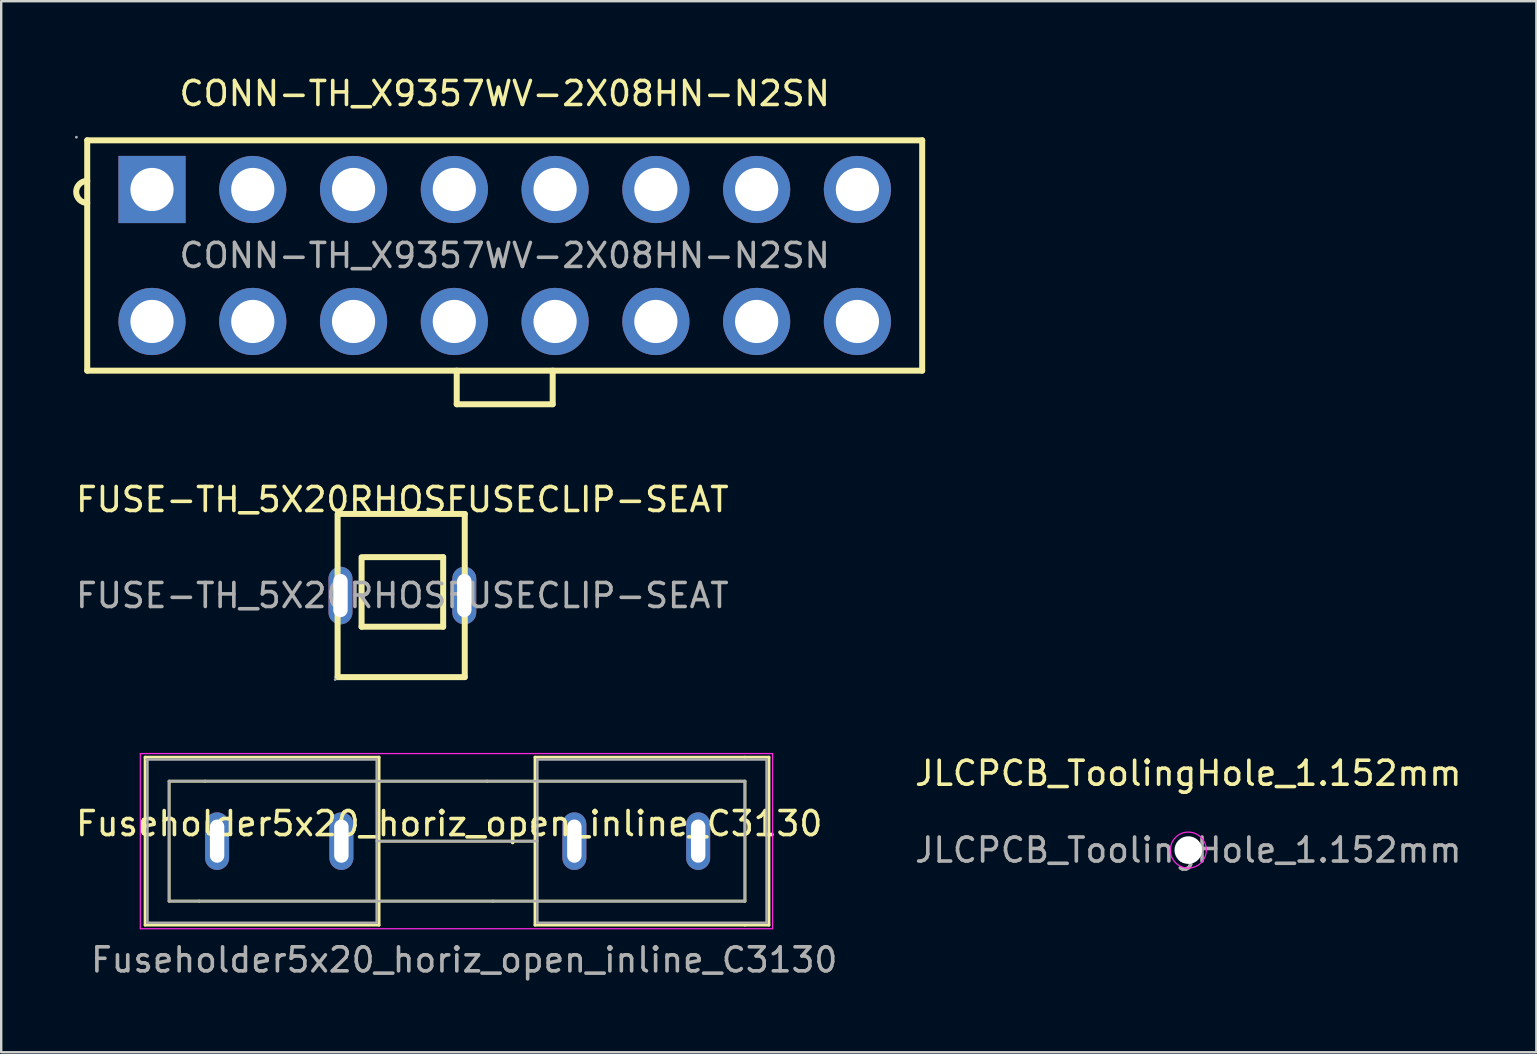
<source format=kicad_pcb>
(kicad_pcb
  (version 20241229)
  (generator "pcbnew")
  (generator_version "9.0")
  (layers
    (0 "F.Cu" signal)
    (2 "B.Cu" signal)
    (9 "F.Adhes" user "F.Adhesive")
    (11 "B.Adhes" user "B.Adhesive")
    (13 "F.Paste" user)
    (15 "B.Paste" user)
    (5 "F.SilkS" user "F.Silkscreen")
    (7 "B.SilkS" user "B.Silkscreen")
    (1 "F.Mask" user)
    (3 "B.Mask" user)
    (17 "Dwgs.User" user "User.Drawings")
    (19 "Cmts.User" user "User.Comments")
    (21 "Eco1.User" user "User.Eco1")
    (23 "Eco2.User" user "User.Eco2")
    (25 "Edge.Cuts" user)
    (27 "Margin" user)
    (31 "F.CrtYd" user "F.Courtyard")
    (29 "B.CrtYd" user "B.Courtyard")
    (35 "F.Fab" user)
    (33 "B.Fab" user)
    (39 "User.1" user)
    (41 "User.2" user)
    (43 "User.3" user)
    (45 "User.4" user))
  (footprint "JLCPCB_ToolingHole_1.152mm"
    (layer "F.Cu")
    (at 46.476 32.38)
    (property "Reference" "JLCPCB_ToolingHole_1.152mm" (at 0 -3.2 0) (layer "F.SilkS") (effects (font (size 1 1) (thickness 0.15))))
    (attr exclude_from_pos_files exclude_from_bom)
    (fp_circle (center 0 0) (end 0.75 0) (stroke (width 0.05) (type solid)) (fill no) (layer "F.CrtYd"))
    (fp_text user "${REFERENCE}" (at 0 0 0) (layer "F.Fab") (effects (font (size 1 1) (thickness 0.15))))
    (pad "" np_thru_hole circle (at 0 0) (size 1.152 1.152) (drill 1.152) (layers "*.Cu" "*.Mask")))
  (footprint "Fuseholder5x20_horiz_open_inline_C3130"
    (layer "F.Cu")
    (at 5.998 32.007)
    (property "Reference" "Fuseholder5x20_horiz_open_inline_C3130" (at 9.675 -0.73 180) (layer "F.SilkS") (effects (font (size 1 1) (thickness 0.15))))
    (attr through_hole)
    (fp_line (start -3 -3.5) (end -3 3.5) (stroke (width 0.12) (type solid)) (layer "F.SilkS"))
    (fp_line (start -2 -2.5) (end -2 2.5) (stroke (width 0.12) (type solid)) (layer "F.SilkS"))
    (fp_line (start -0.75 2.5) (end -2 2.5) (stroke (width 0.12) (type solid)) (layer "F.SilkS"))
    (fp_line (start -0.5 -2.5) (end -2 -2.5) (stroke (width 0.12) (type solid)) (layer "F.SilkS"))
    (fp_line (start 6.75 -3.5) (end -3 -3.5) (stroke (width 0.12) (type solid)) (layer "F.SilkS"))
    (fp_line (start 6.75 -3.5) (end 6.75 3.5) (stroke (width 0.12) (type solid)) (layer "F.SilkS"))
    (fp_line (start 6.75 3.5) (end -3 3.5) (stroke (width 0.12) (type solid)) (layer "F.SilkS"))
    (fp_line (start 11.25 -2.5) (end -0.5 -2.5) (stroke (width 0.12) (type solid)) (layer "F.SilkS"))
    (fp_line (start 11.5 2.5) (end -0.75 2.5) (stroke (width 0.12) (type solid)) (layer "F.SilkS"))
    (fp_line (start 13.25 -3.5) (end 13.25 3.5) (stroke (width 0.12) (type solid)) (layer "F.SilkS"))
    (fp_line (start 13.25 0) (end 6.75 0) (stroke (width 0.12) (type solid)) (layer "F.SilkS"))
    (fp_line (start 22 -3.5) (end 13.25 -3.5) (stroke (width 0.12) (type solid)) (layer "F.SilkS"))
    (fp_line (start 22 -2.5) (end 11.25 -2.5) (stroke (width 0.12) (type solid)) (layer "F.SilkS"))
    (fp_line (start 22 -2.5) (end 22 2.5) (stroke (width 0.12) (type solid)) (layer "F.SilkS"))
    (fp_line (start 22 2.5) (end 11.5 2.5) (stroke (width 0.12) (type solid)) (layer "F.SilkS"))
    (fp_line (start 22 3.5) (end 13.25 3.5) (stroke (width 0.12) (type solid)) (layer "F.SilkS"))
    (fp_line (start 23 -3.5) (end 22 -3.5) (stroke (width 0.12) (type solid)) (layer "F.SilkS"))
    (fp_line (start 23 -3.5) (end 23 3.5) (stroke (width 0.12) (type solid)) (layer "F.SilkS"))
    (fp_line (start 23 3.5) (end 22 3.5) (stroke (width 0.12) (type solid)) (layer "F.SilkS"))
    (fp_line (start -3.2 -3.65) (end -3.2 3.65) (stroke (width 0.05) (type solid)) (layer "F.CrtYd"))
    (fp_line (start -3.2 -3.65) (end 23.15 -3.65) (stroke (width 0.05) (type solid)) (layer "F.CrtYd"))
    (fp_line (start 23.15 3.65) (end -3.2 3.65) (stroke (width 0.05) (type solid)) (layer "F.CrtYd"))
    (fp_line (start 23.15 3.65) (end 23.15 -3.65) (stroke (width 0.05) (type solid)) (layer "F.CrtYd"))
    (fp_line (start -2.95 -3.4) (end 6.65 -3.4) (stroke (width 0.1) (type solid)) (layer "F.Fab"))
    (fp_line (start -2.9 3.4) (end -2.9 -3.4) (stroke (width 0.1) (type solid)) (layer "F.Fab"))
    (fp_line (start -2 -2.5) (end 22 -2.5) (stroke (width 0.1) (type solid)) (layer "F.Fab"))
    (fp_line (start -2 2.5) (end -2 -2.5) (stroke (width 0.1) (type solid)) (layer "F.Fab"))
    (fp_line (start 6.65 -3.4) (end 6.65 3.4) (stroke (width 0.1) (type solid)) (layer "F.Fab"))
    (fp_line (start 6.65 0) (end 13.35 0) (stroke (width 0.1) (type solid)) (layer "F.Fab"))
    (fp_line (start 6.65 3.4) (end -2.9 3.4) (stroke (width 0.1) (type solid)) (layer "F.Fab"))
    (fp_line (start 13.35 -3.4) (end 13.35 3.4) (stroke (width 0.1) (type solid)) (layer "F.Fab"))
    (fp_line (start 13.35 3.4) (end 22.9 3.4) (stroke (width 0.1) (type solid)) (layer "F.Fab"))
    (fp_line (start 22 -2.5) (end 22 2.5) (stroke (width 0.1) (type solid)) (layer "F.Fab"))
    (fp_line (start 22 2.5) (end -2 2.5) (stroke (width 0.1) (type solid)) (layer "F.Fab"))
    (fp_line (start 22.9 -3.4) (end 13.35 -3.4) (stroke (width 0.1) (type solid)) (layer "F.Fab"))
    (fp_line (start 22.9 3.4) (end 22.9 -3.4) (stroke (width 0.1) (type solid)) (layer "F.Fab"))
    (fp_text user "${REFERENCE}" (at 10.3 4.95 180) (layer "F.Fab") (effects (font (size 1 1) (thickness 0.15))))
    (pad "1" thru_hole oval (at 0 0 270) (size 2.4 1) (drill oval 1.799 0.6) (layers "*.Cu" "*.Mask"))
    (pad "1" thru_hole oval (at 5.18 0 270) (size 2.4 1) (drill oval 1.8 0.6) (layers "*.Cu" "*.Mask"))
    (pad "2" thru_hole oval (at 14.89 0 90) (size 2.4 1) (drill oval 1.8 0.6) (layers "*.Cu" "*.Mask"))
    (pad "2" thru_hole oval (at 20.05 0 90) (size 2.4 1) (drill oval 1.799 0.6) (layers "*.Cu" "*.Mask")))
  (footprint "FUSE-TH_5X20RHOSFUSECLIP-SEAT"
    (layer "F.Cu")
    (at 13.72 21.771)
    (property "Reference" "FUSE-TH_5X20RHOSFUSECLIP-SEAT" (at 0 -4 0) (layer "F.SilkS") (effects (font (size 1 1) (thickness 0.15))))
    (attr through_hole)
    (fp_line (start -2.7 -3.4) (end -2.7 3.4) (stroke (width 0.25) (type solid)) (layer "F.SilkS"))
    (fp_line (start -2.7 3.4) (end 2.6 3.4) (stroke (width 0.25) (type solid)) (layer "F.SilkS"))
    (fp_line (start -1.7 1.3) (end -1.7 -1.6) (stroke (width 0.25) (type solid)) (layer "F.SilkS"))
    (fp_line (start -1.6 -1.6) (end 1.7 -1.6) (stroke (width 0.25) (type solid)) (layer "F.SilkS"))
    (fp_line (start 1.7 -1.6) (end 1.7 1.3) (stroke (width 0.25) (type solid)) (layer "F.SilkS"))
    (fp_line (start 1.7 1.3) (end -1.7 1.3) (stroke (width 0.25) (type solid)) (layer "F.SilkS"))
    (fp_line (start 2.6 -3.4) (end -2.6 -3.4) (stroke (width 0.25) (type solid)) (layer "F.SilkS"))
    (fp_line (start 2.6 3.4) (end 2.6 -3.4) (stroke (width 0.25) (type solid)) (layer "F.SilkS"))
    (fp_circle (center -2.8 3.5) (end -2.77 3.5) (stroke (width 0.06) (type solid)) (fill no) (layer "F.Fab"))
    (fp_text user "${REFERENCE}" (at 0 0 0) (layer "F.Fab") (effects (font (size 1 1) (thickness 0.15))))
    (pad "1" thru_hole oval (at -2.58 0 90) (size 2.4 1) (drill oval 1.8 0.6) (layers "*.Cu" "*.Mask"))
    (pad "1" thru_hole oval (at 2.58 0 90) (size 2.4 1) (drill oval 1.799 0.6) (layers "*.Cu" "*.Mask")))
  (footprint "CONN-TH_X9357WV-2X08HN-N2SN"
    (layer "F.Cu")
    (at 17.985 7.598)
    (property "Reference" "CONN-TH_X9357WV-2X08HN-N2SN" (at 0 -6.75 0) (layer "F.SilkS") (effects (font (size 1 1) (thickness 0.15))))
    (attr through_hole)
    (fp_line (start -17.4 -4.8) (end 17.4 -4.8) (stroke (width 0.25) (type solid)) (layer "F.SilkS"))
    (fp_line (start -17.4 4.8) (end -17.4 -4.8) (stroke (width 0.25) (type solid)) (layer "F.SilkS"))
    (fp_line (start -2 6.2) (end -2 4.8) (stroke (width 0.25) (type solid)) (layer "F.SilkS"))
    (fp_line (start -2 6.2) (end 2 6.2) (stroke (width 0.25) (type solid)) (layer "F.SilkS"))
    (fp_line (start 2 6.2) (end 2 4.8) (stroke (width 0.25) (type solid)) (layer "F.SilkS"))
    (fp_line (start 17.4 -4.8) (end 17.4 4.8) (stroke (width 0.25) (type solid)) (layer "F.SilkS"))
    (fp_line (start 17.4 4.8) (end -17.4 4.8) (stroke (width 0.25) (type solid)) (layer "F.SilkS"))
    (fp_arc (start -17.4 -2.19) (mid -17.86 -2.65) (end -17.4 -3.11) (stroke (width 0.25) (type solid)) (layer "F.SilkS"))
    (fp_circle (center -17.85 -4.93) (end -17.82 -4.93) (stroke (width 0.06) (type solid)) (fill no) (layer "F.Fab"))
    (fp_circle (center -14.7 -2.75) (end -14.3 -2.75) (stroke (width 0.8) (type solid)) (fill no) (layer "F.Fab"))
    (fp_circle (center -14.7 2.75) (end -14.3 2.75) (stroke (width 0.8) (type solid)) (fill no) (layer "F.Fab"))
    (fp_circle (center -10.5 -2.75) (end -10.1 -2.75) (stroke (width 0.8) (type solid)) (fill no) (layer "F.Fab"))
    (fp_circle (center -10.5 2.75) (end -10.1 2.75) (stroke (width 0.8) (type solid)) (fill no) (layer "F.Fab"))
    (fp_circle (center -6.3 -2.75) (end -5.9 -2.75) (stroke (width 0.8) (type solid)) (fill no) (layer "F.Fab"))
    (fp_circle (center -6.3 2.75) (end -5.9 2.75) (stroke (width 0.8) (type solid)) (fill no) (layer "F.Fab"))
    (fp_circle (center -2.1 -2.75) (end -1.7 -2.75) (stroke (width 0.8) (type solid)) (fill no) (layer "F.Fab"))
    (fp_circle (center -2.1 2.75) (end -1.7 2.75) (stroke (width 0.8) (type solid)) (fill no) (layer "F.Fab"))
    (fp_circle (center 2.1 -2.75) (end 2.5 -2.75) (stroke (width 0.8) (type solid)) (fill no) (layer "F.Fab"))
    (fp_circle (center 2.1 2.75) (end 2.5 2.75) (stroke (width 0.8) (type solid)) (fill no) (layer "F.Fab"))
    (fp_circle (center 6.3 -2.75) (end 6.7 -2.75) (stroke (width 0.8) (type solid)) (fill no) (layer "F.Fab"))
    (fp_circle (center 6.3 2.75) (end 6.7 2.75) (stroke (width 0.8) (type solid)) (fill no) (layer "F.Fab"))
    (fp_circle (center 10.5 -2.75) (end 10.9 -2.75) (stroke (width 0.8) (type solid)) (fill no) (layer "F.Fab"))
    (fp_circle (center 10.5 2.75) (end 10.9 2.75) (stroke (width 0.8) (type solid)) (fill no) (layer "F.Fab"))
    (fp_circle (center 14.7 -2.75) (end 15.1 -2.75) (stroke (width 0.8) (type solid)) (fill no) (layer "F.Fab"))
    (fp_circle (center 14.7 2.75) (end 15.1 2.75) (stroke (width 0.8) (type solid)) (fill no) (layer "F.Fab"))
    (fp_text user "${REFERENCE}" (at 0 0 0) (layer "F.Fab") (effects (font (size 1 1) (thickness 0.15))))
    (pad "1" thru_hole rect (at -14.7 -2.75) (size 2.8 2.8) (drill 1.8) (layers "*.Cu" "*.Mask"))
    (pad "2" thru_hole circle (at -10.5 -2.75) (size 2.8 2.8) (drill 1.8) (layers "*.Cu" "*.Mask"))
    (pad "3" thru_hole circle (at -6.3 -2.75) (size 2.8 2.8) (drill 1.8) (layers "*.Cu" "*.Mask"))
    (pad "4" thru_hole circle (at -2.1 -2.75) (size 2.8 2.8) (drill 1.8) (layers "*.Cu" "*.Mask"))
    (pad "5" thru_hole circle (at 2.1 -2.75) (size 2.8 2.8) (drill 1.8) (layers "*.Cu" "*.Mask"))
    (pad "6" thru_hole circle (at 6.3 -2.75) (size 2.8 2.8) (drill 1.8) (layers "*.Cu" "*.Mask"))
    (pad "7" thru_hole circle (at 10.5 -2.75) (size 2.8 2.8) (drill 1.8) (layers "*.Cu" "*.Mask"))
    (pad "8" thru_hole circle (at 14.7 -2.75) (size 2.8 2.8) (drill 1.8) (layers "*.Cu" "*.Mask"))
    (pad "9" thru_hole circle (at -14.7 2.75) (size 2.8 2.8) (drill 1.8) (layers "*.Cu" "*.Mask"))
    (pad "10" thru_hole circle (at -10.5 2.75) (size 2.8 2.8) (drill 1.8) (layers "*.Cu" "*.Mask"))
    (pad "11" thru_hole circle (at -6.3 2.75) (size 2.8 2.8) (drill 1.8) (layers "*.Cu" "*.Mask"))
    (pad "12" thru_hole circle (at -2.1 2.75) (size 2.8 2.8) (drill 1.8) (layers "*.Cu" "*.Mask"))
    (pad "13" thru_hole circle (at 2.1 2.75) (size 2.8 2.8) (drill 1.8) (layers "*.Cu" "*.Mask"))
    (pad "14" thru_hole circle (at 6.3 2.75) (size 2.8 2.8) (drill 1.8) (layers "*.Cu" "*.Mask"))
    (pad "15" thru_hole circle (at 10.5 2.75) (size 2.8 2.8) (drill 1.8) (layers "*.Cu" "*.Mask"))
    (pad "16" thru_hole circle (at 14.7 2.75) (size 2.8 2.8) (drill 1.8) (layers "*.Cu" "*.Mask")))
  (gr_rect
    (start -3 -3)
    (end 60.982 40.805)
    (stroke (width 0.1) (type default))
    (fill no)
    (layer "Edge.Cuts")))
</source>
